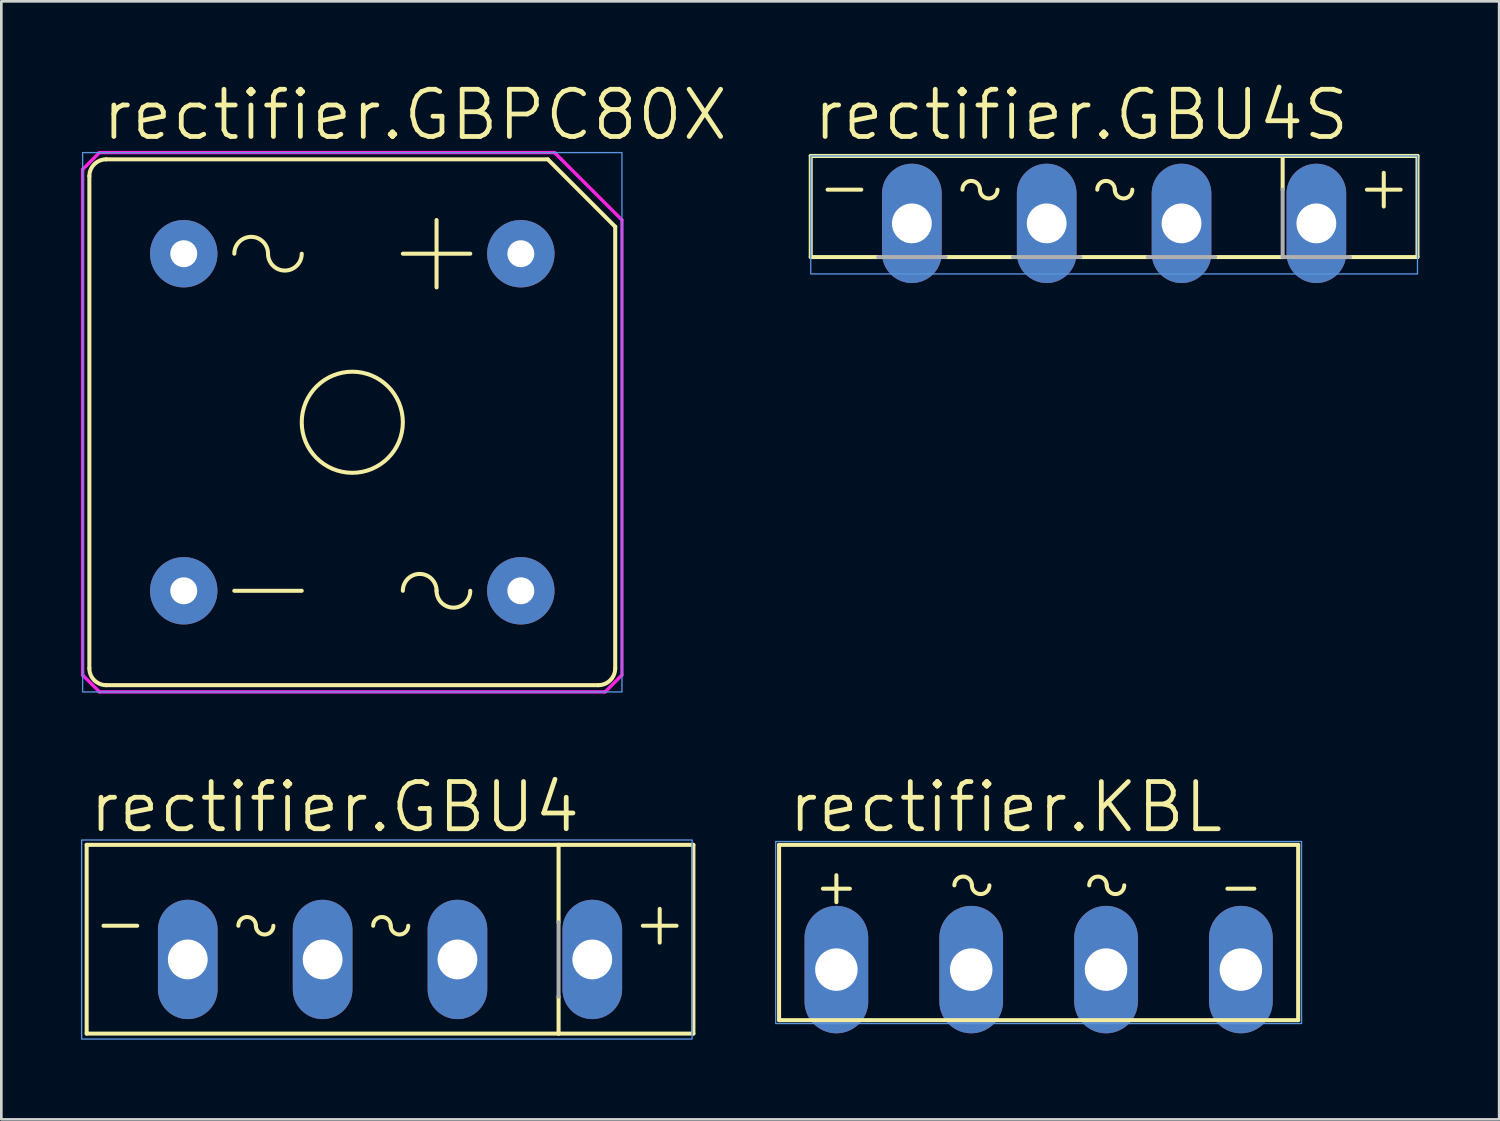
<source format=kicad_pcb>
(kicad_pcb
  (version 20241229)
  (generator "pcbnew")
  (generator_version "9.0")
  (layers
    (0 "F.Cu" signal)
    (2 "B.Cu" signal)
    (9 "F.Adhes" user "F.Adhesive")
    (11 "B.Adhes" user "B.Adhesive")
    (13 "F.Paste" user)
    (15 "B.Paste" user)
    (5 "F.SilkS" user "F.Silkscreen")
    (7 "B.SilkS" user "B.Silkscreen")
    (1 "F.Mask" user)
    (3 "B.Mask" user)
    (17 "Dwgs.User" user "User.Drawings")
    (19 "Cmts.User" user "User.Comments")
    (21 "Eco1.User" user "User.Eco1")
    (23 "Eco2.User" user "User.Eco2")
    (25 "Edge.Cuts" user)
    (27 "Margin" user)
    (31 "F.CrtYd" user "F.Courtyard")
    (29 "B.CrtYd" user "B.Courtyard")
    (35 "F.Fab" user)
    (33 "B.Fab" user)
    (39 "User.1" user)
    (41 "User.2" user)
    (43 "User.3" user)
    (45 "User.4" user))
  (footprint "rectifier.GBU4"
    (layer "F.Cu")
    (at 11.645 33.099)
    (property "Reference" "rectifier.GBU4" (at -11.43 -4.699 0) (layer "F.SilkS") (effects (font (size 1.778 1.778) (thickness 0.18)) (justify left bottom)))
    (attr through_hole)
    (fp_line (start -11.43 -4.318) (end 6.35 -4.318) (stroke (width 0.152) (type default)) (layer "F.SilkS"))
    (fp_line (start -11.43 2.794) (end -11.43 -4.318) (stroke (width 0.152) (type default)) (layer "F.SilkS"))
    (fp_line (start -10.795 -1.27) (end -9.525 -1.27) (stroke (width 0.152) (type default)) (layer "F.SilkS"))
    (fp_line (start 6.35 -4.318) (end 6.35 -1.397) (stroke (width 0.152) (type default)) (layer "F.SilkS"))
    (fp_line (start 6.35 -4.318) (end 11.43 -4.318) (stroke (width 0.152) (type default)) (layer "F.SilkS"))
    (fp_line (start 6.35 2.794) (end -11.43 2.794) (stroke (width 0.152) (type default)) (layer "F.SilkS"))
    (fp_line (start 6.35 2.794) (end 6.35 1.397) (stroke (width 0.152) (type default)) (layer "F.SilkS"))
    (fp_line (start 9.525 -1.27) (end 10.795 -1.27) (stroke (width 0.152) (type default)) (layer "F.SilkS"))
    (fp_line (start 10.16 -1.905) (end 10.16 -0.635) (stroke (width 0.152) (type default)) (layer "F.SilkS"))
    (fp_line (start 11.43 -4.318) (end 11.43 2.794) (stroke (width 0.152) (type default)) (layer "F.SilkS"))
    (fp_line (start 11.43 2.794) (end 6.35 2.794) (stroke (width 0.152) (type default)) (layer "F.SilkS"))
    (fp_arc (start -5.715 -1.27) (mid -5.3848 -1.6002) (end -5.0546 -1.27) (stroke (width 0.1524) (type default)) (layer "F.SilkS"))
    (fp_arc (start -4.3942 -1.27) (mid -4.7244 -0.9398) (end -5.0546 -1.27) (stroke (width 0.1524) (type default)) (layer "F.SilkS"))
    (fp_arc (start -0.635 -1.27) (mid -0.3048 -1.6002) (end 0.0254 -1.27) (stroke (width 0.1524) (type default)) (layer "F.SilkS"))
    (fp_arc (start 0.6858 -1.27) (mid 0.3556 -0.9398) (end 0.0254 -1.27) (stroke (width 0.1524) (type default)) (layer "F.SilkS"))
    (fp_rect (start -11.62 3) (end 11.38 -4.5) (stroke (width 0.05) (type default)) (fill no) (layer "Cmts.User"))
    (fp_line (start 6.35 1.397) (end 6.35 -1.397) (stroke (width 0.152) (type default)) (layer "F.Fab"))
    (pad "+" thru_hole oval (at 7.62 0 90) (size 4.496 2.248) (drill 1.499) (layers "*.Cu" "*.Mask"))
    (pad "-" thru_hole oval (at -7.62 0 90) (size 4.496 2.248) (drill 1.499) (layers "*.Cu" "*.Mask"))
    (pad "AC1" thru_hole oval (at 2.54 0 90) (size 4.496 2.248) (drill 1.499) (layers "*.Cu" "*.Mask"))
    (pad "AC2" thru_hole oval (at -2.54 0 90) (size 4.496 2.248) (drill 1.499) (layers "*.Cu" "*.Mask")))
  (footprint "rectifier.GBU4S"
    (layer "F.Cu")
    (at 38.926 5.366)
    (property "Reference" "rectifier.GBU4S" (at -11.43 -3.048 0) (layer "F.SilkS") (effects (font (size 1.778 1.778) (thickness 0.18)) (justify left bottom)))
    (attr through_hole)
    (fp_line (start -11.43 -2.54) (end 6.35 -2.54) (stroke (width 0.152) (type default)) (layer "F.SilkS"))
    (fp_line (start -11.43 1.27) (end -11.43 -2.54) (stroke (width 0.152) (type default)) (layer "F.SilkS"))
    (fp_line (start -10.795 -1.27) (end -9.525 -1.27) (stroke (width 0.152) (type default)) (layer "F.SilkS"))
    (fp_line (start -8.89 1.27) (end -11.43 1.27) (stroke (width 0.152) (type default)) (layer "F.SilkS"))
    (fp_line (start -6.35 1.27) (end -3.81 1.27) (stroke (width 0.152) (type default)) (layer "F.SilkS"))
    (fp_line (start -1.27 1.27) (end 1.27 1.27) (stroke (width 0.152) (type default)) (layer "F.SilkS"))
    (fp_line (start 3.81 1.27) (end 6.35 1.27) (stroke (width 0.152) (type default)) (layer "F.SilkS"))
    (fp_line (start 6.35 -2.54) (end 6.35 -1.27) (stroke (width 0.152) (type default)) (layer "F.SilkS"))
    (fp_line (start 6.35 -2.54) (end 11.43 -2.54) (stroke (width 0.152) (type default)) (layer "F.SilkS"))
    (fp_line (start 9.525 -1.27) (end 10.795 -1.27) (stroke (width 0.152) (type default)) (layer "F.SilkS"))
    (fp_line (start 10.16 -1.905) (end 10.16 -0.635) (stroke (width 0.152) (type default)) (layer "F.SilkS"))
    (fp_line (start 11.43 -2.54) (end 11.43 1.27) (stroke (width 0.152) (type default)) (layer "F.SilkS"))
    (fp_line (start 11.43 1.27) (end 8.89 1.27) (stroke (width 0.152) (type default)) (layer "F.SilkS"))
    (fp_arc (start -5.715 -1.27) (mid -5.3848 -1.6002) (end -5.0546 -1.27) (stroke (width 0.1524) (type default)) (layer "F.SilkS"))
    (fp_arc (start -4.3942 -1.27) (mid -4.7244 -0.9398) (end -5.0546 -1.27) (stroke (width 0.1524) (type default)) (layer "F.SilkS"))
    (fp_arc (start -0.635 -1.27) (mid -0.3048 -1.6002) (end 0.0254 -1.27) (stroke (width 0.1524) (type default)) (layer "F.SilkS"))
    (fp_arc (start 0.6858 -1.27) (mid 0.3556 -0.9398) (end 0.0254 -1.27) (stroke (width 0.1524) (type default)) (layer "F.SilkS"))
    (fp_rect (start -11.43 1.905) (end 11.43 -2.54) (stroke (width 0.05) (type default)) (fill no) (layer "Cmts.User"))
    (fp_line (start -6.35 1.27) (end -8.89 1.27) (stroke (width 0.152) (type default)) (layer "F.Fab"))
    (fp_line (start -1.27 1.27) (end -3.81 1.27) (stroke (width 0.152) (type default)) (layer "F.Fab"))
    (fp_line (start 3.81 1.27) (end 1.27 1.27) (stroke (width 0.152) (type default)) (layer "F.Fab"))
    (fp_line (start 6.35 1.27) (end 6.35 -1.27) (stroke (width 0.152) (type default)) (layer "F.Fab"))
    (fp_line (start 8.89 1.27) (end 6.35 1.27) (stroke (width 0.152) (type default)) (layer "F.Fab"))
    (pad "+" thru_hole oval (at 7.62 0 90) (size 4.496 2.248) (drill 1.499) (layers "*.Cu" "*.Mask"))
    (pad "-" thru_hole oval (at -7.62 0 90) (size 4.496 2.248) (drill 1.499) (layers "*.Cu" "*.Mask"))
    (pad "AC1" thru_hole oval (at 2.54 0 90) (size 4.496 2.248) (drill 1.499) (layers "*.Cu" "*.Mask"))
    (pad "AC2" thru_hole oval (at -2.54 0 90) (size 4.496 2.248) (drill 1.499) (layers "*.Cu" "*.Mask")))
  (footprint "rectifier.GBPC80X"
    (layer "F.Cu")
    (at 10.223 12.859)
    (property "Reference" "rectifier.GBPC80X" (at -9.525 -10.541 0) (layer "F.SilkS") (effects (font (size 1.778 1.778) (thickness 0.18)) (justify left bottom)))
    (attr through_hole)
    (fp_line (start -9.906 9.271) (end -9.906 -9.271) (stroke (width 0.152) (type default)) (layer "F.SilkS"))
    (fp_line (start -9.271 -9.906) (end 7.366 -9.906) (stroke (width 0.152) (type default)) (layer "F.SilkS"))
    (fp_line (start -9.271 9.906) (end 9.271 9.906) (stroke (width 0.152) (type default)) (layer "F.SilkS"))
    (fp_line (start -4.445 6.35) (end -1.905 6.35) (stroke (width 0.152) (type default)) (layer "F.SilkS"))
    (fp_line (start 1.905 -6.35) (end 4.445 -6.35) (stroke (width 0.152) (type default)) (layer "F.SilkS"))
    (fp_line (start 3.175 -7.62) (end 3.175 -5.08) (stroke (width 0.152) (type default)) (layer "F.SilkS"))
    (fp_line (start 9.906 -7.366) (end 7.366 -9.906) (stroke (width 0.152) (type default)) (layer "F.SilkS"))
    (fp_line (start 9.906 9.271) (end 9.906 -7.366) (stroke (width 0.152) (type default)) (layer "F.SilkS"))
    (fp_arc (start -9.906 -9.271) (mid -9.720013 -9.720013) (end -9.271 -9.906) (stroke (width 0.1524) (type default)) (layer "F.SilkS"))
    (fp_arc (start -9.271 9.906) (mid -9.720013 9.720013) (end -9.906 9.271) (stroke (width 0.1524) (type default)) (layer "F.SilkS"))
    (fp_arc (start -4.445 -6.35) (mid -3.81 -6.985) (end -3.175 -6.35) (stroke (width 0.1524) (type default)) (layer "F.SilkS"))
    (fp_arc (start -1.905 -6.35) (mid -2.54 -5.715) (end -3.175 -6.35) (stroke (width 0.1524) (type default)) (layer "F.SilkS"))
    (fp_arc (start 1.905 6.35) (mid 2.54 5.715) (end 3.175 6.35) (stroke (width 0.1524) (type default)) (layer "F.SilkS"))
    (fp_arc (start 4.445 6.35) (mid 3.81 6.985) (end 3.175 6.35) (stroke (width 0.1524) (type default)) (layer "F.SilkS"))
    (fp_arc (start 9.906 9.271) (mid 9.720013 9.720013) (end 9.271 9.906) (stroke (width 0.1524) (type default)) (layer "F.SilkS"))
    (fp_circle (center 0 0) (end 1.905 0) (stroke (width 0.152) (type default)) (fill no) (layer "F.SilkS"))
    (fp_rect (start -10.16 10.16) (end 10.16 -10.16) (stroke (width 0.05) (type default)) (fill no) (layer "Cmts.User"))
    (fp_line (start -10.16 9.525) (end -10.16 -9.525) (stroke (width 0.127) (type default)) (layer "F.CrtYd"))
    (fp_line (start -10.16 9.525) (end -9.525 10.16) (stroke (width 0.127) (type default)) (layer "F.CrtYd"))
    (fp_line (start -9.525 -10.16) (end -10.16 -9.525) (stroke (width 0.127) (type default)) (layer "F.CrtYd"))
    (fp_line (start -9.525 -10.16) (end 7.62 -10.16) (stroke (width 0.127) (type default)) (layer "F.CrtYd"))
    (fp_line (start 7.62 -10.16) (end 10.16 -7.62) (stroke (width 0.127) (type default)) (layer "F.CrtYd"))
    (fp_line (start 9.525 10.16) (end -9.525 10.16) (stroke (width 0.127) (type default)) (layer "F.CrtYd"))
    (fp_line (start 9.525 10.16) (end 10.16 9.525) (stroke (width 0.127) (type default)) (layer "F.CrtYd"))
    (fp_line (start 10.16 -7.62) (end 10.16 9.525) (stroke (width 0.127) (type default)) (layer "F.CrtYd"))
    (pad "+" thru_hole circle (at 6.35 -6.35) (size 2.54 2.54) (drill 1.016) (layers "*.Cu" "*.Mask"))
    (pad "-" thru_hole circle (at -6.35 6.35) (size 2.54 2.54) (drill 1.016) (layers "*.Cu" "*.Mask"))
    (pad "AC1" thru_hole circle (at -6.35 -6.35) (size 2.54 2.54) (drill 1.016) (layers "*.Cu" "*.Mask"))
    (pad "AC2" thru_hole circle (at 6.35 6.35) (size 2.54 2.54) (drill 1.016) (layers "*.Cu" "*.Mask")))
  (footprint "rectifier.KBL"
    (layer "F.Cu")
    (at 36.082 32.211)
    (property "Reference" "rectifier.KBL" (at -9.525 -3.81 0) (layer "F.SilkS") (effects (font (size 1.778 1.778) (thickness 0.18)) (justify left bottom)))
    (attr through_hole)
    (fp_line (start -9.779 3.175) (end -9.779 -3.429) (stroke (width 0.152) (type default)) (layer "F.SilkS"))
    (fp_line (start -9.779 3.175) (end 9.779 3.175) (stroke (width 0.152) (type default)) (layer "F.SilkS"))
    (fp_line (start -8.128 -1.778) (end -7.112 -1.778) (stroke (width 0.152) (type default)) (layer "F.SilkS"))
    (fp_line (start -7.62 -1.27) (end -7.62 -2.286) (stroke (width 0.152) (type default)) (layer "F.SilkS"))
    (fp_line (start 7.112 -1.778) (end 8.128 -1.778) (stroke (width 0.152) (type default)) (layer "F.SilkS"))
    (fp_line (start 9.779 -3.429) (end -9.779 -3.429) (stroke (width 0.152) (type default)) (layer "F.SilkS"))
    (fp_line (start 9.779 -3.429) (end 9.779 3.175) (stroke (width 0.152) (type default)) (layer "F.SilkS"))
    (fp_arc (start -3.175 -1.905) (mid -2.8448 -2.2352) (end -2.5146 -1.905) (stroke (width 0.1524) (type default)) (layer "F.SilkS"))
    (fp_arc (start -1.8542 -1.905) (mid -2.1844 -1.5748) (end -2.5146 -1.905) (stroke (width 0.1524) (type default)) (layer "F.SilkS"))
    (fp_arc (start 1.905 -1.905) (mid 2.2352 -2.2352) (end 2.5654 -1.905) (stroke (width 0.1524) (type default)) (layer "F.SilkS"))
    (fp_arc (start 3.2258 -1.905) (mid 2.8956 -1.5748) (end 2.5654 -1.905) (stroke (width 0.1524) (type default)) (layer "F.SilkS"))
    (fp_rect (start -9.906 3.302) (end 9.906 -3.556) (stroke (width 0.05) (type default)) (fill no) (layer "Cmts.User"))
    (pad "+" thru_hole oval (at -7.62 1.27 90) (size 4.801 2.4) (drill 1.6) (layers "*.Cu" "*.Mask"))
    (pad "-" thru_hole oval (at 7.62 1.27 90) (size 4.801 2.4) (drill 1.6) (layers "*.Cu" "*.Mask"))
    (pad "AC1" thru_hole oval (at 2.54 1.27 90) (size 4.801 2.4) (drill 1.6) (layers "*.Cu" "*.Mask"))
    (pad "AC2" thru_hole oval (at -2.54 1.27 90) (size 4.801 2.4) (drill 1.6) (layers "*.Cu" "*.Mask")))
  (gr_rect
    (start -3 -3)
    (end 53.433 39.124)
    (stroke (width 0.1) (type default))
    (fill no)
    (layer "Edge.Cuts")))
</source>
